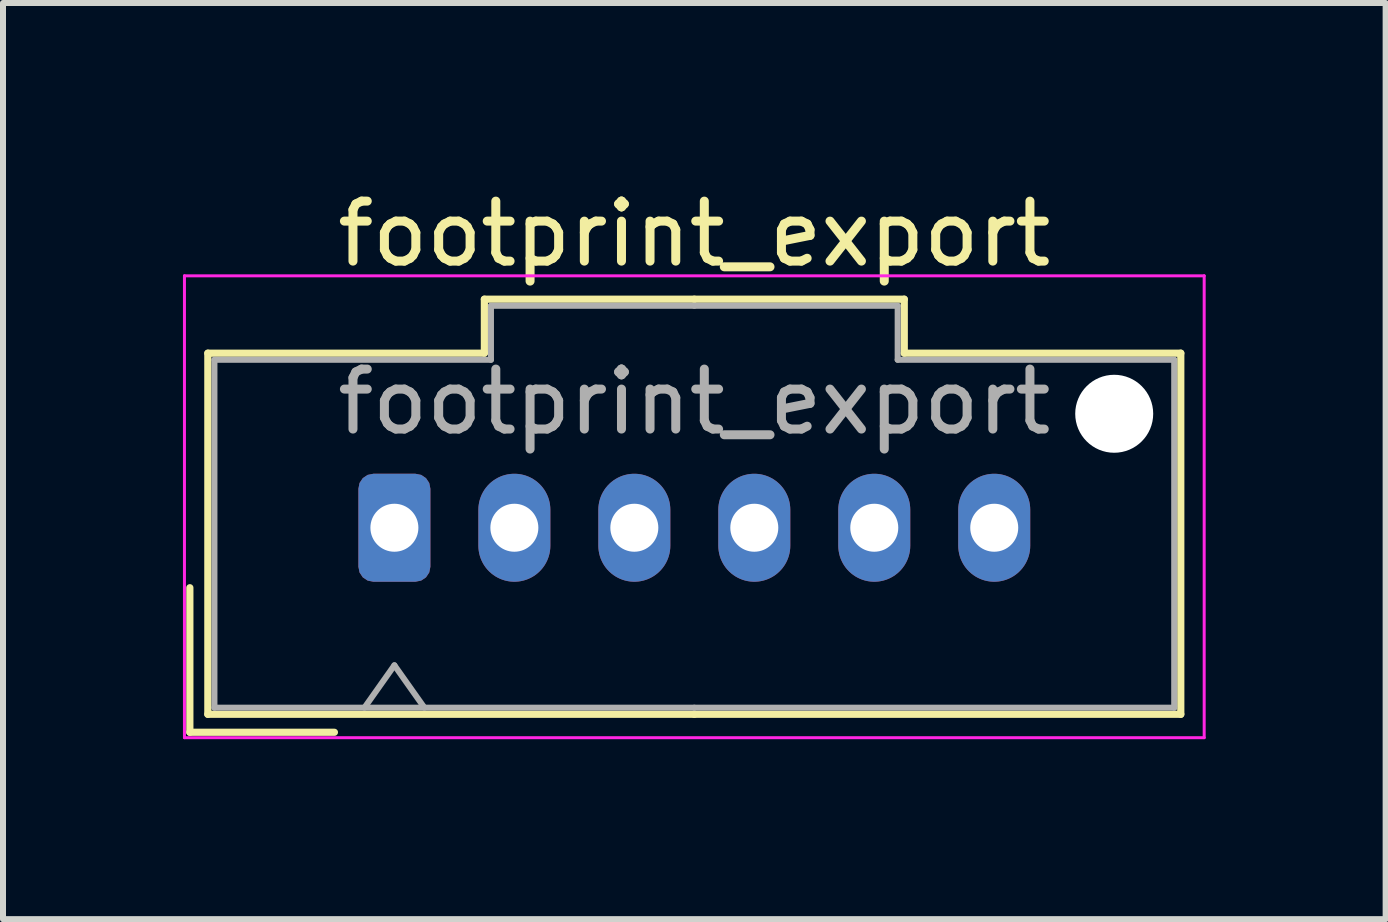
<source format=kicad_pcb>
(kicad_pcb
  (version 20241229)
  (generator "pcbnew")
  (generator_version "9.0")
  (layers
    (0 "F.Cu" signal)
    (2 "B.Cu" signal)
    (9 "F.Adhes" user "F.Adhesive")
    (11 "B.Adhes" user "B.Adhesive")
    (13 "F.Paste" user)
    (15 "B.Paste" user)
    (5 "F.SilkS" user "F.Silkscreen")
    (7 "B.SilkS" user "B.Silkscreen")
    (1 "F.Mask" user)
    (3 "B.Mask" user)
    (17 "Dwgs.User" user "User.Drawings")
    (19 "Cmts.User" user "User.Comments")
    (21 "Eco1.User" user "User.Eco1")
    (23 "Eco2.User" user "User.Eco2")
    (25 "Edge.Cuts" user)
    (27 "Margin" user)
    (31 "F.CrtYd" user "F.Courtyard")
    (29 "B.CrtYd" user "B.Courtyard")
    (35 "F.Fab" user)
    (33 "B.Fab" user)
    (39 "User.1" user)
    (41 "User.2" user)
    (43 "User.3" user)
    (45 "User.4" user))
  (footprint "footprint_export"
    (layer "F.Cu")
    (at 3.525 5.748)
    (property "Reference" "footprint_export" (at 5 -4.9 0) (layer "F.SilkS") (effects (font (size 1 1) (thickness 0.15))))
    (attr through_hole)
    (fp_line (start -3.41 1) (end -3.41 3.41) (stroke (width 0.12) (type solid)) (layer "F.SilkS"))
    (fp_line (start -3.41 3.41) (end -1 3.41) (stroke (width 0.12) (type solid)) (layer "F.SilkS"))
    (fp_line (start -3.11 -2.91) (end -3.11 3.11) (stroke (width 0.12) (type solid)) (layer "F.SilkS"))
    (fp_line (start -3.11 3.11) (end 5 3.11) (stroke (width 0.12) (type solid)) (layer "F.SilkS"))
    (fp_line (start 1.5 -3.81) (end 1.5 -2.91) (stroke (width 0.12) (type solid)) (layer "F.SilkS"))
    (fp_line (start 1.5 -2.91) (end -3.11 -2.91) (stroke (width 0.12) (type solid)) (layer "F.SilkS"))
    (fp_line (start 5 -3.81) (end 1.5 -3.81) (stroke (width 0.12) (type solid)) (layer "F.SilkS"))
    (fp_line (start 5 -3.81) (end 8.5 -3.81) (stroke (width 0.12) (type solid)) (layer "F.SilkS"))
    (fp_line (start 8.5 -3.81) (end 8.5 -2.91) (stroke (width 0.12) (type solid)) (layer "F.SilkS"))
    (fp_line (start 8.5 -2.91) (end 13.11 -2.91) (stroke (width 0.12) (type solid)) (layer "F.SilkS"))
    (fp_line (start 13.11 -2.91) (end 13.11 3.11) (stroke (width 0.12) (type solid)) (layer "F.SilkS"))
    (fp_line (start 13.11 3.11) (end 5 3.11) (stroke (width 0.12) (type solid)) (layer "F.SilkS"))
    (fp_line (start -3.5 -4.2) (end -3.5 3.5) (stroke (width 0.05) (type solid)) (layer "F.CrtYd"))
    (fp_line (start -3.5 3.5) (end 13.5 3.5) (stroke (width 0.05) (type solid)) (layer "F.CrtYd"))
    (fp_line (start 13.5 -4.2) (end -3.5 -4.2) (stroke (width 0.05) (type solid)) (layer "F.CrtYd"))
    (fp_line (start 13.5 3.5) (end 13.5 -4.2) (stroke (width 0.05) (type solid)) (layer "F.CrtYd"))
    (fp_line (start -3 -2.8) (end -3 3) (stroke (width 0.1) (type solid)) (layer "F.Fab"))
    (fp_line (start -3 3) (end 5 3) (stroke (width 0.1) (type solid)) (layer "F.Fab"))
    (fp_line (start -0.5 3) (end 0 2.293) (stroke (width 0.1) (type solid)) (layer "F.Fab"))
    (fp_line (start 0 2.293) (end 0.5 3) (stroke (width 0.1) (type solid)) (layer "F.Fab"))
    (fp_line (start 1.61 -3.7) (end 1.61 -2.8) (stroke (width 0.1) (type solid)) (layer "F.Fab"))
    (fp_line (start 1.61 -2.8) (end -3 -2.8) (stroke (width 0.1) (type solid)) (layer "F.Fab"))
    (fp_line (start 5 -3.7) (end 1.61 -3.7) (stroke (width 0.1) (type solid)) (layer "F.Fab"))
    (fp_line (start 5 -3.7) (end 8.39 -3.7) (stroke (width 0.1) (type solid)) (layer "F.Fab"))
    (fp_line (start 8.39 -3.7) (end 8.39 -2.8) (stroke (width 0.1) (type solid)) (layer "F.Fab"))
    (fp_line (start 8.39 -2.8) (end 13 -2.8) (stroke (width 0.1) (type solid)) (layer "F.Fab"))
    (fp_line (start 13 -2.8) (end 13 3) (stroke (width 0.1) (type solid)) (layer "F.Fab"))
    (fp_line (start 13 3) (end 5 3) (stroke (width 0.1) (type solid)) (layer "F.Fab"))
    (fp_text user "${REFERENCE}" (at 5 -2.1 0) (layer "F.Fab") (effects (font (size 1 1) (thickness 0.15))))
    (pad "" np_thru_hole circle (at 12 -1.9) (size 1.3 1.3) (drill 1.3) (layers "*.Cu" "*.Mask"))
    (pad "1" thru_hole roundrect (at 0 0) (size 1.2 1.8) (drill 0.8) (layers "*.Cu" "*.Mask") (roundrect_rratio 0.208))
    (pad "2" thru_hole oval (at 2 0) (size 1.2 1.8) (drill 0.8) (layers "*.Cu" "*.Mask"))
    (pad "3" thru_hole oval (at 4 0) (size 1.2 1.8) (drill 0.8) (layers "*.Cu" "*.Mask"))
    (pad "4" thru_hole oval (at 6 0) (size 1.2 1.8) (drill 0.8) (layers "*.Cu" "*.Mask"))
    (pad "5" thru_hole oval (at 8 0) (size 1.2 1.8) (drill 0.8) (layers "*.Cu" "*.Mask"))
    (pad "6" thru_hole oval (at 10 0) (size 1.2 1.8) (drill 0.8) (layers "*.Cu" "*.Mask")))
  (gr_rect
    (start -3 -3)
    (end 20.05 12.273)
    (stroke (width 0.1) (type default))
    (fill no)
    (layer "Edge.Cuts")))
</source>
